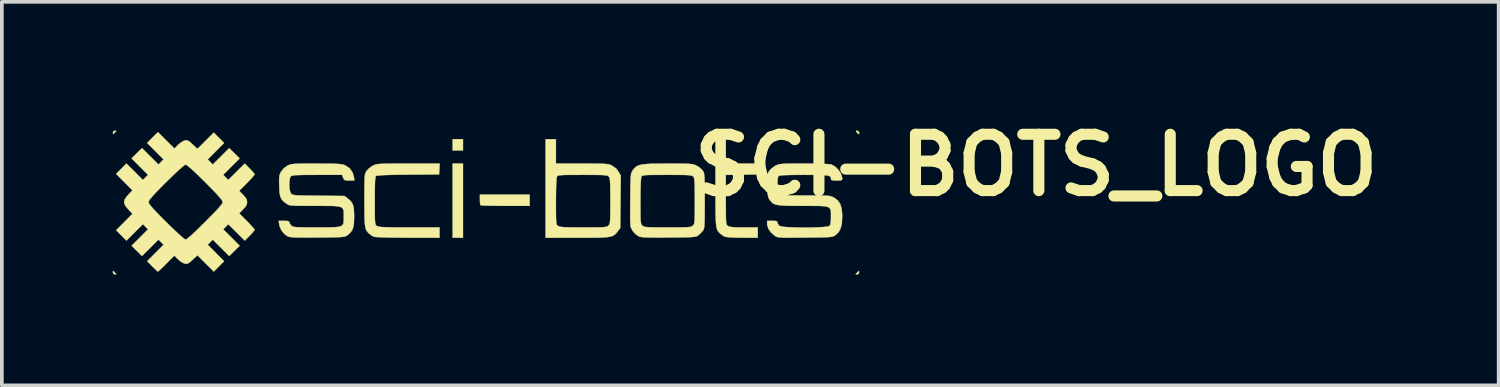
<source format=kicad_pcb>
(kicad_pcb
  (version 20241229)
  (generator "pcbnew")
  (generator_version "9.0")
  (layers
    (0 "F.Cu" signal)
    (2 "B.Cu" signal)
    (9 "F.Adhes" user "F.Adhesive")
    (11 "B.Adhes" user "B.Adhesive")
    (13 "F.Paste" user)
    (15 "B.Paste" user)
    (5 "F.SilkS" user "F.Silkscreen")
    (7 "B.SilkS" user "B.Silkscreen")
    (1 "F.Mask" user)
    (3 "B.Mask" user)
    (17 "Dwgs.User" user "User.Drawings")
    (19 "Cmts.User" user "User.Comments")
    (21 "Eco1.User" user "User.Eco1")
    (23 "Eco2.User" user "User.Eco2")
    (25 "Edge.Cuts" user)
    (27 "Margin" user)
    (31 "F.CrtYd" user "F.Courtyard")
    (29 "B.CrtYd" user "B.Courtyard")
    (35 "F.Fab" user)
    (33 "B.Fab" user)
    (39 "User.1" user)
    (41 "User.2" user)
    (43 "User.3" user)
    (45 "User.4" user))
  (footprint "SCI-BOTS_LOGO"
    (layer "F.Cu")
    (at 10.088 2.418)
    (property "Reference" "SCI-BOTS_LOGO" (at 14.9 -1 0) (layer "F.SilkS") (effects (font (size 1.524 1.524) (thickness 0.3))))
    (attr through_hole)
    (fp_poly (pts (xy -0.61 -1.397) (xy -0.889 -1.397) (xy -0.889 -1.702) (xy -0.61 -1.702) (xy -0.61 -1.397)) (stroke (width 0.01) (type solid)) (fill yes) (layer "F.SilkS"))
    (fp_poly (pts (xy -0.61 0.965) (xy -0.889 0.965) (xy -0.889 -1.041) (xy -0.61 -1.041) (xy -0.61 0.965)) (stroke (width 0.01) (type solid)) (fill yes) (layer "F.SilkS"))
    (fp_poly (pts (xy 10.101 -1.912) (xy 10.109 -1.88) (xy 10.107 -1.841) (xy 10.095 -1.838) (xy 10.06 -1.873) (xy 10.052 -1.882) (xy 10.023 -1.917) (xy 10.03 -1.929) (xy 10.058 -1.93) (xy 10.101 -1.912)) (stroke (width 0.01) (type solid)) (fill yes) (layer "F.SilkS"))
    (fp_poly (pts (xy -10.063 1.873) (xy -10.061 1.876) (xy -10.019 1.922) (xy -10.004 1.933) (xy -9.99 1.95) (xy -10.022 1.955) (xy -10.027 1.955) (xy -10.072 1.942) (xy -10.083 1.899) (xy -10.079 1.863) (xy -10.063 1.873)) (stroke (width 0.01) (type solid)) (fill yes) (layer "F.SilkS"))
    (fp_poly (pts (xy -9.991 -1.925) (xy -10.001 -1.909) (xy -10.004 -1.908) (xy -10.05 -1.866) (xy -10.061 -1.851) (xy -10.078 -1.836) (xy -10.083 -1.869) (xy -10.083 -1.873) (xy -10.07 -1.919) (xy -10.027 -1.93) (xy -9.991 -1.925)) (stroke (width 0.01) (type solid)) (fill yes) (layer "F.SilkS"))
    (fp_poly (pts (xy 10.109 1.894) (xy 10.109 1.899) (xy 10.096 1.944) (xy 10.052 1.955) (xy 10.016 1.951) (xy 10.027 1.935) (xy 10.03 1.933) (xy 10.075 1.891) (xy 10.086 1.876) (xy 10.103 1.862) (xy 10.109 1.894)) (stroke (width 0.01) (type solid)) (fill yes) (layer "F.SilkS"))
    (fp_poly (pts (xy 1.194 0.102) (xy 0.538 0.102) (xy 0.36 0.101) (xy 0.199 0.099) (xy 0.062 0.096) (xy -0.044 0.093) (xy -0.112 0.089) (xy -0.135 0.085) (xy -0.145 0.052) (xy -0.151 -0.015) (xy -0.152 -0.068) (xy -0.152 -0.203) (xy 1.194 -0.203) (xy 1.194 0.102)) (stroke (width 0.01) (type solid)) (fill yes) (layer "F.SilkS"))
    (fp_poly (pts (xy 6.502 -1.041) (xy 6.935 -1.041) (xy 7.369 -1.041) (xy 7.361 -0.895) (xy 7.353 -0.749) (xy 6.502 -0.735) (xy 6.502 -0.064) (xy 6.503 0.137) (xy 6.503 0.295) (xy 6.505 0.413) (xy 6.508 0.499) (xy 6.513 0.558) (xy 6.52 0.596) (xy 6.531 0.62) (xy 6.545 0.636) (xy 6.559 0.646) (xy 6.592 0.662) (xy 6.645 0.674) (xy 6.723 0.681) (xy 6.837 0.685) (xy 6.991 0.686) (xy 7.366 0.686) (xy 7.366 0.965) (xy 6.953 0.964) (xy 6.809 0.962) (xy 6.678 0.957) (xy 6.572 0.95) (xy 6.5 0.942) (xy 6.477 0.937) (xy 6.411 0.9) (xy 6.354 0.856) (xy 6.324 0.828) (xy 6.299 0.8) (xy 6.279 0.77) (xy 6.263 0.731) (xy 6.25 0.679) (xy 6.24 0.61) (xy 6.233 0.519) (xy 6.228 0.402) (xy 6.225 0.254) (xy 6.224 0.07) (xy 6.223 -0.155) (xy 6.223 -0.423) (xy 6.223 -0.519) (xy 6.223 -1.702) (xy 6.502 -1.702) (xy 6.502 -1.041)) (stroke (width 0.01) (type solid)) (fill yes) (layer "F.SilkS"))
    (fp_poly (pts (xy -1.25 -0.895) (xy -1.257 -0.749) (xy -2.093 -0.743) (xy -2.361 -0.74) (xy -2.579 -0.735) (xy -2.747 -0.73) (xy -2.867 -0.723) (xy -2.939 -0.715) (xy -2.963 -0.708) (xy -2.974 -0.688) (xy -2.983 -0.646) (xy -2.989 -0.577) (xy -2.993 -0.476) (xy -2.996 -0.336) (xy -2.997 -0.154) (xy -2.997 -0.036) (xy -2.997 0.161) (xy -2.996 0.313) (xy -2.995 0.427) (xy -2.991 0.509) (xy -2.986 0.565) (xy -2.978 0.601) (xy -2.967 0.623) (xy -2.952 0.638) (xy -2.941 0.646) (xy -2.919 0.657) (xy -2.885 0.666) (xy -2.833 0.673) (xy -2.758 0.678) (xy -2.655 0.682) (xy -2.518 0.684) (xy -2.342 0.685) (xy -2.122 0.686) (xy -2.064 0.686) (xy -1.245 0.686) (xy -1.245 0.965) (xy -2.102 0.964) (xy -2.331 0.962) (xy -2.536 0.96) (xy -2.712 0.956) (xy -2.853 0.951) (xy -2.956 0.946) (xy -3.014 0.939) (xy -3.023 0.937) (xy -3.089 0.9) (xy -3.146 0.856) (xy -3.183 0.82) (xy -3.212 0.784) (xy -3.234 0.742) (xy -3.251 0.688) (xy -3.262 0.616) (xy -3.27 0.52) (xy -3.274 0.393) (xy -3.276 0.229) (xy -3.277 0.023) (xy -3.277 -0.046) (xy -3.276 -0.254) (xy -3.276 -0.418) (xy -3.274 -0.544) (xy -3.271 -0.637) (xy -3.266 -0.705) (xy -3.259 -0.753) (xy -3.249 -0.788) (xy -3.235 -0.816) (xy -3.219 -0.841) (xy -3.16 -0.906) (xy -3.08 -0.967) (xy -3.049 -0.984) (xy -3.017 -1) (xy -2.984 -1.012) (xy -2.946 -1.022) (xy -2.896 -1.029) (xy -2.828 -1.034) (xy -2.738 -1.038) (xy -2.618 -1.04) (xy -2.463 -1.041) (xy -2.267 -1.041) (xy -2.089 -1.041) (xy -1.242 -1.041) (xy -1.25 -0.895)) (stroke (width 0.01) (type solid)) (fill yes) (layer "F.SilkS"))
    (fp_poly (pts (xy 1.905 -1.041) (xy 2.608 -1.041) (xy 2.817 -1.041) (xy 2.982 -1.04) (xy 3.108 -1.038) (xy 3.204 -1.035) (xy 3.274 -1.029) (xy 3.327 -1.021) (xy 3.367 -1.011) (xy 3.403 -0.997) (xy 3.421 -0.988) (xy 3.535 -0.907) (xy 3.596 -0.825) (xy 3.66 -0.716) (xy 3.652 -0.006) (xy 3.645 0.703) (xy 3.576 0.792) (xy 3.542 0.836) (xy 3.507 0.872) (xy 3.469 0.901) (xy 3.42 0.923) (xy 3.356 0.939) (xy 3.27 0.951) (xy 3.159 0.958) (xy 3.016 0.963) (xy 2.836 0.965) (xy 2.613 0.965) (xy 2.479 0.965) (xy 1.626 0.965) (xy 1.626 -0.016) (xy 1.905 -0.016) (xy 1.905 0.178) (xy 1.906 0.327) (xy 1.908 0.438) (xy 1.911 0.517) (xy 1.917 0.57) (xy 1.925 0.604) (xy 1.937 0.626) (xy 1.953 0.64) (xy 1.961 0.646) (xy 1.986 0.659) (xy 2.025 0.669) (xy 2.084 0.676) (xy 2.169 0.681) (xy 2.285 0.684) (xy 2.441 0.685) (xy 2.64 0.686) (xy 2.647 0.686) (xy 2.843 0.686) (xy 2.994 0.685) (xy 3.107 0.683) (xy 3.188 0.679) (xy 3.245 0.673) (xy 3.282 0.664) (xy 3.307 0.652) (xy 3.325 0.637) (xy 3.327 0.635) (xy 3.343 0.616) (xy 3.356 0.593) (xy 3.365 0.557) (xy 3.371 0.503) (xy 3.375 0.424) (xy 3.377 0.313) (xy 3.378 0.165) (xy 3.378 -0.027) (xy 3.378 -0.03) (xy 3.378 -0.225) (xy 3.376 -0.377) (xy 3.374 -0.49) (xy 3.369 -0.571) (xy 3.362 -0.626) (xy 3.353 -0.662) (xy 3.341 -0.685) (xy 3.336 -0.69) (xy 3.32 -0.704) (xy 3.296 -0.715) (xy 3.259 -0.723) (xy 3.201 -0.729) (xy 3.118 -0.733) (xy 3.003 -0.735) (xy 2.85 -0.736) (xy 2.653 -0.737) (xy 2.626 -0.737) (xy 2.424 -0.736) (xy 2.267 -0.736) (xy 2.149 -0.734) (xy 2.064 -0.73) (xy 2.006 -0.725) (xy 1.969 -0.718) (xy 1.948 -0.707) (xy 1.935 -0.694) (xy 1.931 -0.687) (xy 1.923 -0.646) (xy 1.916 -0.558) (xy 1.91 -0.428) (xy 1.907 -0.262) (xy 1.905 -0.064) (xy 1.905 -0.016) (xy 1.626 -0.016) (xy 1.626 -1.702) (xy 1.905 -1.702) (xy 1.905 -1.041)) (stroke (width 0.01) (type solid)) (fill yes) (layer "F.SilkS"))
    (fp_poly (pts (xy -4.574 -1.041) (xy -4.368 -1.04) (xy -4.205 -1.039) (xy -4.081 -1.036) (xy -3.987 -1.032) (xy -3.917 -1.026) (xy -3.866 -1.017) (xy -3.825 -1.005) (xy -3.795 -0.993) (xy -3.68 -0.915) (xy -3.599 -0.805) (xy -3.563 -0.685) (xy -3.549 -0.584) (xy -3.687 -0.584) (xy -3.767 -0.586) (xy -3.812 -0.597) (xy -3.838 -0.625) (xy -3.853 -0.66) (xy -3.882 -0.737) (xy -4.555 -0.737) (xy -4.762 -0.736) (xy -4.923 -0.735) (xy -5.046 -0.732) (xy -5.135 -0.728) (xy -5.197 -0.722) (xy -5.237 -0.714) (xy -5.261 -0.703) (xy -5.269 -0.697) (xy -5.294 -0.644) (xy -5.308 -0.558) (xy -5.311 -0.457) (xy -5.303 -0.356) (xy -5.285 -0.273) (xy -5.264 -0.232) (xy -5.249 -0.216) (xy -5.229 -0.204) (xy -5.199 -0.194) (xy -5.152 -0.187) (xy -5.083 -0.182) (xy -4.985 -0.178) (xy -4.852 -0.176) (xy -4.679 -0.174) (xy -4.519 -0.172) (xy -3.819 -0.165) (xy -3.725 -0.094) (xy -3.656 -0.035) (xy -3.609 0.027) (xy -3.579 0.102) (xy -3.563 0.201) (xy -3.556 0.335) (xy -3.556 0.401) (xy -3.56 0.554) (xy -3.575 0.667) (xy -3.605 0.753) (xy -3.654 0.823) (xy -3.726 0.888) (xy -3.742 0.899) (xy -3.765 0.915) (xy -3.792 0.927) (xy -3.828 0.936) (xy -3.88 0.943) (xy -3.954 0.949) (xy -4.056 0.952) (xy -4.191 0.955) (xy -4.367 0.957) (xy -4.542 0.958) (xy -4.767 0.96) (xy -4.947 0.96) (xy -5.086 0.958) (xy -5.191 0.954) (xy -5.267 0.948) (xy -5.319 0.939) (xy -5.35 0.929) (xy -5.442 0.865) (xy -5.52 0.768) (xy -5.571 0.657) (xy -5.581 0.611) (xy -5.595 0.508) (xy -5.452 0.508) (xy -5.366 0.511) (xy -5.322 0.523) (xy -5.309 0.545) (xy -5.309 0.546) (xy -5.292 0.591) (xy -5.258 0.635) (xy -5.24 0.651) (xy -5.216 0.663) (xy -5.181 0.672) (xy -5.128 0.678) (xy -5.05 0.682) (xy -4.942 0.684) (xy -4.797 0.686) (xy -4.608 0.686) (xy -4.572 0.686) (xy -4.359 0.686) (xy -4.192 0.684) (xy -4.065 0.679) (xy -3.972 0.669) (xy -3.908 0.65) (xy -3.868 0.621) (xy -3.846 0.58) (xy -3.837 0.525) (xy -3.835 0.453) (xy -3.835 0.394) (xy -3.835 0.312) (xy -3.838 0.247) (xy -3.85 0.197) (xy -3.875 0.16) (xy -3.919 0.134) (xy -3.988 0.117) (xy -4.086 0.107) (xy -4.219 0.103) (xy -4.391 0.102) (xy -4.61 0.102) (xy -4.619 0.102) (xy -4.823 0.101) (xy -4.983 0.101) (xy -5.104 0.099) (xy -5.194 0.096) (xy -5.259 0.09) (xy -5.305 0.083) (xy -5.338 0.072) (xy -5.365 0.057) (xy -5.385 0.044) (xy -5.462 -0.013) (xy -5.516 -0.072) (xy -5.55 -0.141) (xy -5.57 -0.233) (xy -5.58 -0.359) (xy -5.582 -0.44) (xy -5.585 -0.568) (xy -5.583 -0.657) (xy -5.575 -0.72) (xy -5.559 -0.77) (xy -5.535 -0.818) (xy -5.532 -0.824) (xy -5.453 -0.918) (xy -5.362 -0.982) (xy -5.327 -1) (xy -5.292 -1.014) (xy -5.251 -1.024) (xy -5.197 -1.031) (xy -5.123 -1.036) (xy -5.023 -1.039) (xy -4.891 -1.041) (xy -4.719 -1.041) (xy -4.574 -1.041)) (stroke (width 0.01) (type solid)) (fill yes) (layer "F.SilkS"))
    (fp_poly (pts (xy 5.13 -1.041) (xy 5.289 -1.04) (xy 5.412 -1.038) (xy 5.503 -1.034) (xy 5.571 -1.028) (xy 5.621 -1.02) (xy 5.661 -1.008) (xy 5.697 -0.993) (xy 5.707 -0.988) (xy 5.788 -0.938) (xy 5.857 -0.875) (xy 5.874 -0.855) (xy 5.89 -0.831) (xy 5.903 -0.805) (xy 5.913 -0.771) (xy 5.92 -0.725) (xy 5.925 -0.658) (xy 5.928 -0.566) (xy 5.93 -0.443) (xy 5.931 -0.282) (xy 5.931 -0.077) (xy 5.931 -0.034) (xy 5.931 0.18) (xy 5.93 0.35) (xy 5.928 0.48) (xy 5.925 0.577) (xy 5.921 0.648) (xy 5.914 0.697) (xy 5.905 0.732) (xy 5.893 0.757) (xy 5.879 0.778) (xy 5.818 0.845) (xy 5.756 0.9) (xy 5.733 0.915) (xy 5.707 0.927) (xy 5.67 0.937) (xy 5.617 0.944) (xy 5.542 0.949) (xy 5.439 0.952) (xy 5.301 0.955) (xy 5.124 0.957) (xy 4.958 0.958) (xy 4.731 0.96) (xy 4.55 0.959) (xy 4.409 0.957) (xy 4.304 0.953) (xy 4.228 0.947) (xy 4.177 0.938) (xy 4.152 0.93) (xy 4.06 0.869) (xy 3.981 0.78) (xy 3.931 0.682) (xy 3.924 0.653) (xy 3.92 0.606) (xy 3.917 0.516) (xy 3.915 0.391) (xy 3.915 0.238) (xy 3.915 0.065) (xy 3.916 -0.027) (xy 4.191 -0.027) (xy 4.191 0.165) (xy 4.192 0.313) (xy 4.194 0.424) (xy 4.198 0.503) (xy 4.205 0.557) (xy 4.214 0.593) (xy 4.226 0.617) (xy 4.242 0.635) (xy 4.26 0.651) (xy 4.284 0.663) (xy 4.319 0.672) (xy 4.372 0.678) (xy 4.449 0.682) (xy 4.558 0.684) (xy 4.703 0.686) (xy 4.892 0.686) (xy 4.928 0.686) (xy 5.124 0.686) (xy 5.276 0.685) (xy 5.39 0.683) (xy 5.472 0.679) (xy 5.529 0.673) (xy 5.567 0.664) (xy 5.592 0.653) (xy 5.61 0.638) (xy 5.613 0.635) (xy 5.629 0.616) (xy 5.642 0.593) (xy 5.651 0.557) (xy 5.657 0.503) (xy 5.661 0.424) (xy 5.663 0.313) (xy 5.664 0.165) (xy 5.664 -0.027) (xy 5.664 -0.03) (xy 5.664 -0.225) (xy 5.662 -0.377) (xy 5.66 -0.49) (xy 5.655 -0.571) (xy 5.648 -0.626) (xy 5.639 -0.662) (xy 5.627 -0.685) (xy 5.622 -0.69) (xy 5.606 -0.704) (xy 5.582 -0.715) (xy 5.545 -0.723) (xy 5.487 -0.729) (xy 5.404 -0.733) (xy 5.289 -0.735) (xy 5.136 -0.736) (xy 4.939 -0.737) (xy 4.912 -0.737) (xy 4.71 -0.736) (xy 4.553 -0.736) (xy 4.435 -0.734) (xy 4.35 -0.73) (xy 4.292 -0.725) (xy 4.255 -0.718) (xy 4.234 -0.707) (xy 4.221 -0.694) (xy 4.217 -0.687) (xy 4.209 -0.646) (xy 4.202 -0.558) (xy 4.196 -0.429) (xy 4.193 -0.264) (xy 4.191 -0.067) (xy 4.191 -0.027) (xy 3.916 -0.027) (xy 3.917 -0.102) (xy 3.919 -0.304) (xy 3.921 -0.462) (xy 3.925 -0.582) (xy 3.929 -0.671) (xy 3.935 -0.734) (xy 3.944 -0.779) (xy 3.955 -0.812) (xy 3.971 -0.839) (xy 3.985 -0.86) (xy 4.024 -0.91) (xy 4.065 -0.95) (xy 4.115 -0.981) (xy 4.179 -1.004) (xy 4.263 -1.02) (xy 4.374 -1.031) (xy 4.517 -1.037) (xy 4.7 -1.04) (xy 4.926 -1.041) (xy 5.13 -1.041)) (stroke (width 0.01) (type solid)) (fill yes) (layer "F.SilkS"))
    (fp_poly (pts (xy 8.843 -1.04) (xy 9.028 -1.037) (xy 9.178 -1.032) (xy 9.288 -1.026) (xy 9.353 -1.017) (xy 9.365 -1.014) (xy 9.466 -0.955) (xy 9.555 -0.866) (xy 9.62 -0.762) (xy 9.651 -0.657) (xy 9.652 -0.636) (xy 9.647 -0.607) (xy 9.623 -0.591) (xy 9.569 -0.585) (xy 9.5 -0.584) (xy 9.414 -0.586) (xy 9.367 -0.595) (xy 9.349 -0.614) (xy 9.347 -0.63) (xy 9.345 -0.661) (xy 9.334 -0.685) (xy 9.31 -0.704) (xy 9.266 -0.717) (xy 9.198 -0.726) (xy 9.099 -0.732) (xy 8.965 -0.735) (xy 8.79 -0.736) (xy 8.623 -0.737) (xy 8.402 -0.736) (xy 8.228 -0.733) (xy 8.097 -0.729) (xy 8.006 -0.723) (xy 7.951 -0.715) (xy 7.93 -0.706) (xy 7.911 -0.661) (xy 7.901 -0.582) (xy 7.898 -0.483) (xy 7.902 -0.382) (xy 7.913 -0.292) (xy 7.93 -0.231) (xy 7.939 -0.218) (xy 7.957 -0.206) (xy 7.989 -0.196) (xy 8.038 -0.189) (xy 8.112 -0.184) (xy 8.217 -0.181) (xy 8.358 -0.179) (xy 8.54 -0.178) (xy 8.655 -0.178) (xy 8.857 -0.178) (xy 9.016 -0.177) (xy 9.136 -0.175) (xy 9.226 -0.172) (xy 9.292 -0.167) (xy 9.339 -0.158) (xy 9.376 -0.147) (xy 9.407 -0.132) (xy 9.438 -0.115) (xy 9.531 -0.044) (xy 9.595 0.046) (xy 9.633 0.165) (xy 9.65 0.319) (xy 9.651 0.395) (xy 9.642 0.57) (xy 9.612 0.704) (xy 9.558 0.807) (xy 9.479 0.886) (xy 9.471 0.892) (xy 9.445 0.909) (xy 9.419 0.923) (xy 9.386 0.934) (xy 9.34 0.942) (xy 9.276 0.948) (xy 9.186 0.952) (xy 9.066 0.955) (xy 8.909 0.957) (xy 8.709 0.959) (xy 8.648 0.96) (xy 8.435 0.962) (xy 8.267 0.963) (xy 8.137 0.963) (xy 8.041 0.961) (xy 7.97 0.957) (xy 7.92 0.951) (xy 7.884 0.942) (xy 7.857 0.93) (xy 7.831 0.914) (xy 7.823 0.909) (xy 7.725 0.823) (xy 7.655 0.722) (xy 7.622 0.619) (xy 7.62 0.593) (xy 7.62 0.508) (xy 7.76 0.508) (xy 7.841 0.51) (xy 7.883 0.52) (xy 7.898 0.541) (xy 7.899 0.557) (xy 7.919 0.608) (xy 7.956 0.646) (xy 8.001 0.66) (xy 8.087 0.672) (xy 8.206 0.68) (xy 8.348 0.686) (xy 8.506 0.69) (xy 8.67 0.691) (xy 8.832 0.689) (xy 8.983 0.684) (xy 9.115 0.677) (xy 9.219 0.668) (xy 9.287 0.655) (xy 9.307 0.646) (xy 9.329 0.609) (xy 9.342 0.545) (xy 9.347 0.444) (xy 9.347 0.393) (xy 9.347 0.311) (xy 9.345 0.245) (xy 9.333 0.195) (xy 9.308 0.158) (xy 9.264 0.133) (xy 9.196 0.116) (xy 9.098 0.107) (xy 8.965 0.103) (xy 8.792 0.102) (xy 8.577 0.102) (xy 8.357 0.101) (xy 8.182 0.099) (xy 8.045 0.093) (xy 7.941 0.084) (xy 7.863 0.069) (xy 7.804 0.049) (xy 7.76 0.02) (xy 7.723 -0.017) (xy 7.689 -0.06) (xy 7.665 -0.101) (xy 7.648 -0.147) (xy 7.637 -0.21) (xy 7.63 -0.301) (xy 7.625 -0.431) (xy 7.624 -0.445) (xy 7.622 -0.575) (xy 7.622 -0.667) (xy 7.628 -0.73) (xy 7.641 -0.776) (xy 7.661 -0.816) (xy 7.675 -0.838) (xy 7.736 -0.905) (xy 7.817 -0.967) (xy 7.848 -0.984) (xy 7.884 -1.002) (xy 7.921 -1.015) (xy 7.964 -1.025) (xy 8.021 -1.032) (xy 8.099 -1.037) (xy 8.204 -1.04) (xy 8.343 -1.041) (xy 8.522 -1.041) (xy 8.627 -1.041) (xy 8.843 -1.04)) (stroke (width 0.01) (type solid)) (fill yes) (layer "F.SilkS"))
    (fp_poly (pts (xy -8.642 -1.67) (xy -8.419 -1.448) (xy -8.318 -1.549) (xy -8.245 -1.61) (xy -8.17 -1.654) (xy -8.136 -1.666) (xy -8.089 -1.67) (xy -8.046 -1.658) (xy -7.994 -1.622) (xy -7.925 -1.56) (xy -7.795 -1.439) (xy -7.574 -1.659) (xy -7.352 -1.88) (xy -7.075 -1.6) (xy -7.518 -1.155) (xy -7.449 -1.085) (xy -7.38 -1.016) (xy -6.935 -1.459) (xy -6.654 -1.182) (xy -7.098 -0.737) (xy -7.029 -0.667) (xy -6.96 -0.598) (xy -6.514 -1.042) (xy -6.381 -0.907) (xy -6.317 -0.839) (xy -6.27 -0.784) (xy -6.249 -0.751) (xy -6.248 -0.749) (xy -6.265 -0.723) (xy -6.311 -0.668) (xy -6.379 -0.595) (xy -6.457 -0.515) (xy -6.666 -0.305) (xy -6.559 -0.196) (xy -6.493 -0.122) (xy -6.46 -0.06) (xy -6.452 0) (xy -6.461 0.063) (xy -6.495 0.124) (xy -6.559 0.196) (xy -6.666 0.305) (xy -6.457 0.515) (xy -6.375 0.6) (xy -6.308 0.672) (xy -6.263 0.725) (xy -6.248 0.749) (xy -6.265 0.778) (xy -6.309 0.831) (xy -6.372 0.898) (xy -6.381 0.907) (xy -6.514 1.042) (xy -6.96 0.598) (xy -7.029 0.667) (xy -7.098 0.737) (xy -6.654 1.182) (xy -6.935 1.459) (xy -7.38 1.016) (xy -7.449 1.085) (xy -7.518 1.155) (xy -7.075 1.6) (xy -7.352 1.88) (xy -7.574 1.659) (xy -7.795 1.439) (xy -7.925 1.56) (xy -7.998 1.625) (xy -8.049 1.659) (xy -8.092 1.671) (xy -8.136 1.666) (xy -8.2 1.639) (xy -8.275 1.587) (xy -8.319 1.549) (xy -8.422 1.448) (xy -8.636 1.664) (xy -8.72 1.748) (xy -8.792 1.816) (xy -8.842 1.862) (xy -8.865 1.88) (xy -8.865 1.88) (xy -8.888 1.863) (xy -8.937 1.818) (xy -9.002 1.755) (xy -9.017 1.74) (xy -9.155 1.6) (xy -8.712 1.155) (xy -8.781 1.085) (xy -8.851 1.016) (xy -9.296 1.459) (xy -9.576 1.182) (xy -9.132 0.737) (xy -9.202 0.667) (xy -9.271 0.598) (xy -9.717 1.042) (xy -9.994 0.762) (xy -9.553 0.318) (xy -9.666 0.198) (xy -9.744 0.103) (xy -9.779 0.021) (xy -9.776 0) (xy -9.119 0) (xy -9.111 0.029) (xy -9.085 0.07) (xy -9.038 0.129) (xy -8.966 0.209) (xy -8.866 0.314) (xy -8.735 0.447) (xy -8.641 0.541) (xy -8.492 0.686) (xy -8.363 0.809) (xy -8.257 0.907) (xy -8.177 0.975) (xy -8.127 1.011) (xy -8.114 1.016) (xy -8.081 0.998) (xy -8.016 0.946) (xy -7.924 0.864) (xy -7.806 0.753) (xy -7.667 0.618) (xy -7.588 0.54) (xy -7.436 0.386) (xy -7.316 0.263) (xy -7.228 0.168) (xy -7.167 0.096) (xy -7.129 0.045) (xy -7.113 0.01) (xy -7.112 0.000495) (xy -7.121 -0.029) (xy -7.149 -0.073) (xy -7.201 -0.136) (xy -7.278 -0.222) (xy -7.385 -0.334) (xy -7.525 -0.476) (xy -7.588 -0.54) (xy -7.739 -0.689) (xy -7.869 -0.814) (xy -7.975 -0.911) (xy -8.054 -0.978) (xy -8.102 -1.012) (xy -8.114 -1.016) (xy -8.147 -0.998) (xy -8.212 -0.946) (xy -8.306 -0.863) (xy -8.425 -0.751) (xy -8.567 -0.614) (xy -8.641 -0.541) (xy -8.793 -0.389) (xy -8.911 -0.267) (xy -8.999 -0.173) (xy -9.06 -0.103) (xy -9.098 -0.051) (xy -9.116 -0.015) (xy -9.119 0) (xy -9.776 0) (xy -9.769 -0.057) (xy -9.714 -0.144) (xy -9.666 -0.198) (xy -9.553 -0.318) (xy -9.773 -0.54) (xy -9.994 -0.762) (xy -9.717 -1.042) (xy -9.271 -0.598) (xy -9.202 -0.667) (xy -9.132 -0.737) (xy -9.576 -1.182) (xy -9.296 -1.459) (xy -8.851 -1.016) (xy -8.781 -1.085) (xy -8.712 -1.155) (xy -9.156 -1.6) (xy -9.01 -1.746) (xy -8.865 -1.891) (xy -8.642 -1.67)) (stroke (width 0.01) (type solid)) (fill yes) (layer "F.SilkS")))
  (gr_rect
    (start -3 -3)
    (end 37.503 7.378)
    (stroke (width 0.1) (type default))
    (fill no)
    (layer "Edge.Cuts")))
</source>
